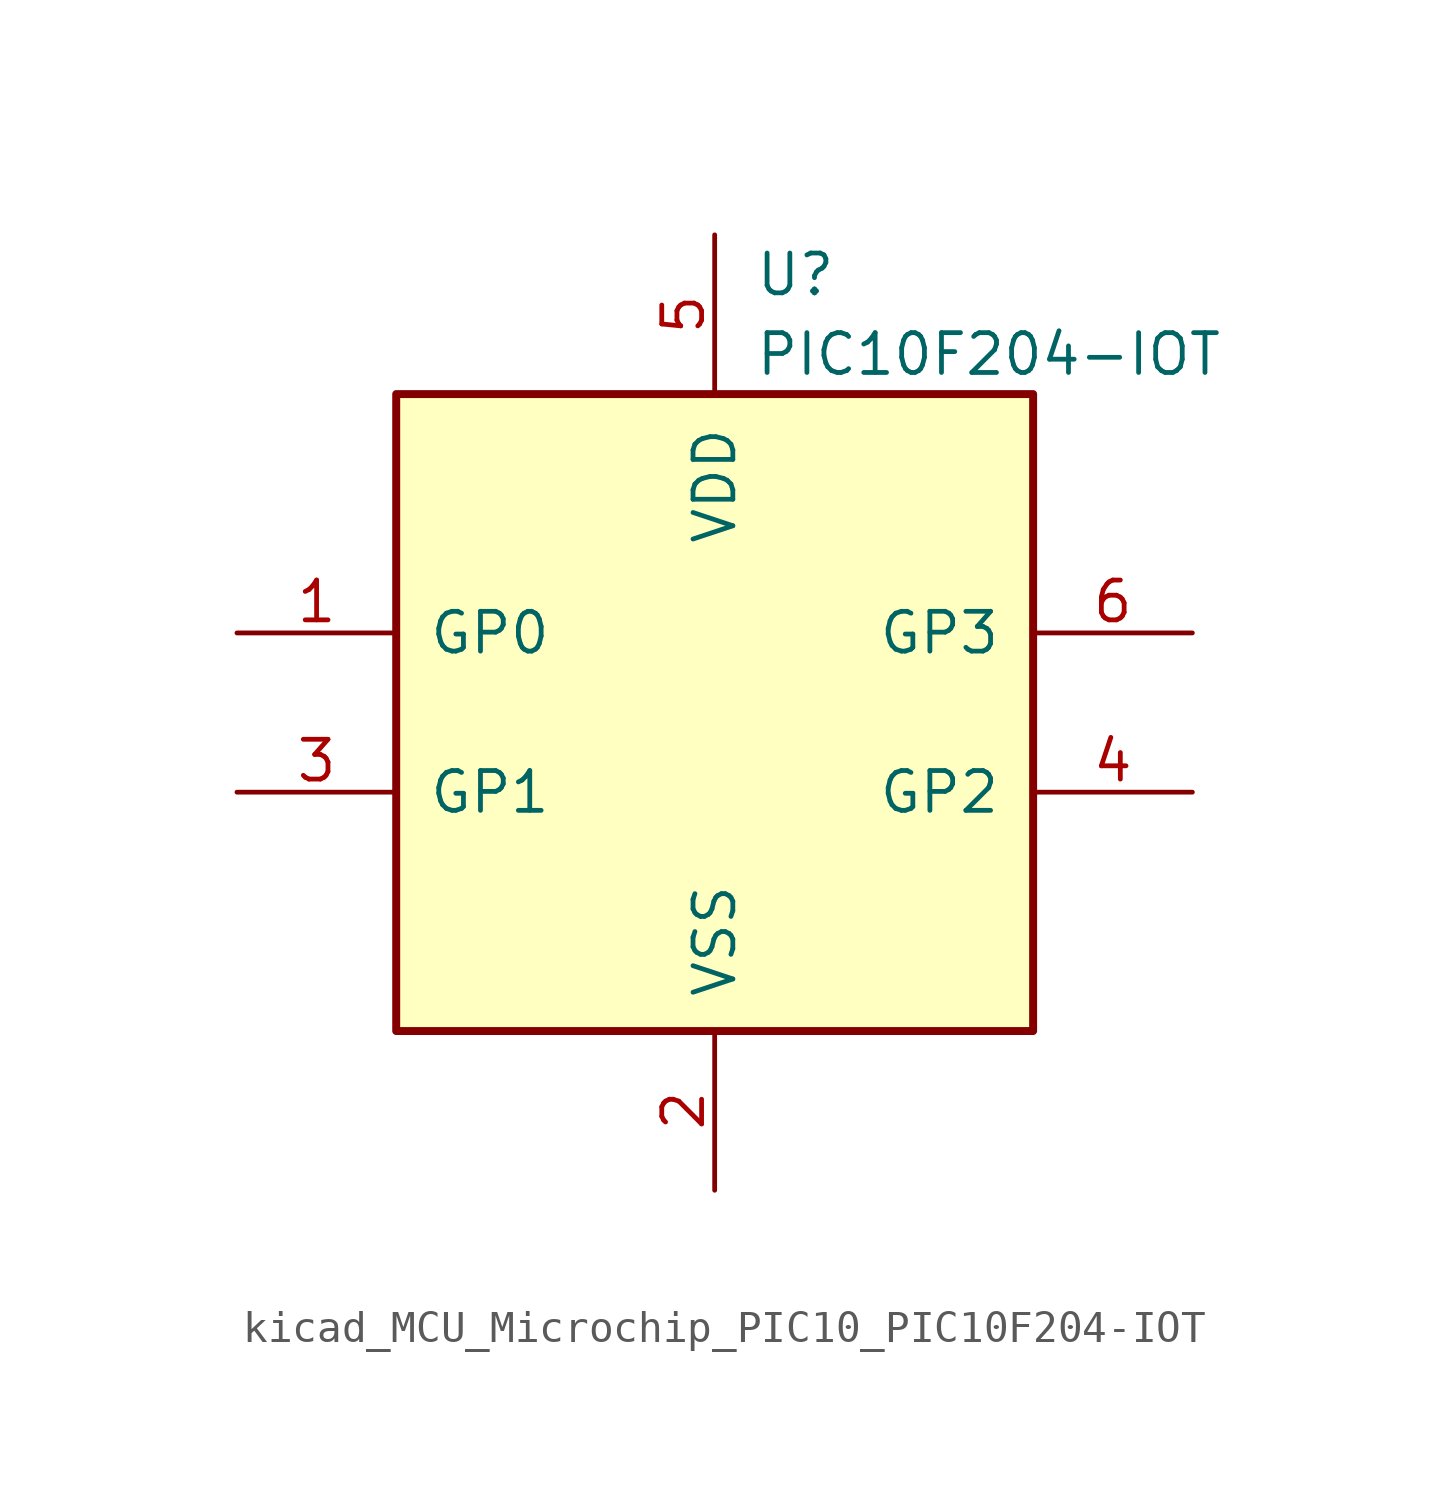
<source format=kicad_sym>
(kicad_symbol_lib
  (version 20220914)
  (generator kicad_symbol_editor)
  (symbol "kicad_MCU_Microchip_PIC10_PIC10F204-IOT"
    (pin_names
      (offset 1.016))
    (property "Reference" "U"
      (at 1.27 13.97 0)
      (effects (font (size 1.27 1.27)) (justify left)))
    (property "Value" "PIC10F204-IOT"
      (at 1.27 11.43 0)
      (effects (font (size 1.27 1.27)) (justify left)))
    (symbol "kicad_MCU_Microchip_PIC10_PIC10F204-IOT_0_1"
      (rectangle (start -10.16 10.16) (end 10.16 -10.16) (stroke (width 0.254) (type default)) (fill (type background))))
    (symbol "kicad_MCU_Microchip_PIC10_PIC10F204-IOT_1_1"
      (pin bidirectional line (at -15.24 2.54 0) (length 5.08) (name "GP0" (effects (font (size 1.27 1.27)))) (number "1" (effects (font (size 1.27 1.27)))))
      (pin power_in line (at 0 -15.24 90) (length 5.08) (name "VSS" (effects (font (size 1.27 1.27)))) (number "2" (effects (font (size 1.27 1.27)))))
      (pin bidirectional line (at -15.24 -2.54 0) (length 5.08) (name "GP1" (effects (font (size 1.27 1.27)))) (number "3" (effects (font (size 1.27 1.27)))))
      (pin bidirectional line (at 15.24 -2.54 180) (length 5.08) (name "GP2" (effects (font (size 1.27 1.27)))) (number "4" (effects (font (size 1.27 1.27)))))
      (pin power_in line (at 0 15.24 270) (length 5.08) (name "VDD" (effects (font (size 1.27 1.27)))) (number "5" (effects (font (size 1.27 1.27)))))
      (pin input line (at 15.24 2.54 180) (length 5.08) (name "GP3" (effects (font (size 1.27 1.27)))) (number "6" (effects (font (size 1.27 1.27))))))))
</source>
